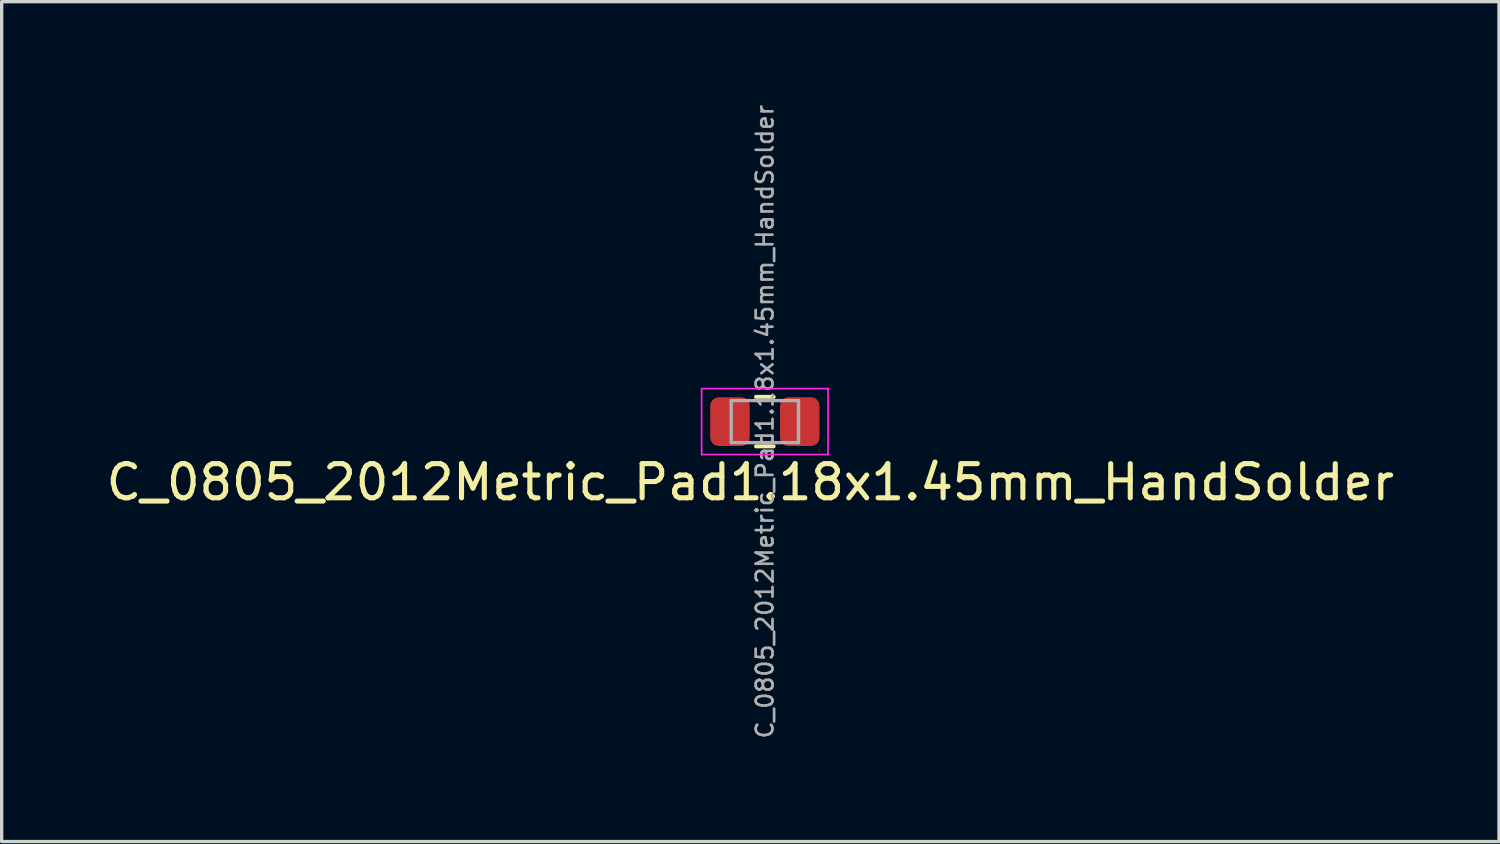
<source format=kicad_pcb>
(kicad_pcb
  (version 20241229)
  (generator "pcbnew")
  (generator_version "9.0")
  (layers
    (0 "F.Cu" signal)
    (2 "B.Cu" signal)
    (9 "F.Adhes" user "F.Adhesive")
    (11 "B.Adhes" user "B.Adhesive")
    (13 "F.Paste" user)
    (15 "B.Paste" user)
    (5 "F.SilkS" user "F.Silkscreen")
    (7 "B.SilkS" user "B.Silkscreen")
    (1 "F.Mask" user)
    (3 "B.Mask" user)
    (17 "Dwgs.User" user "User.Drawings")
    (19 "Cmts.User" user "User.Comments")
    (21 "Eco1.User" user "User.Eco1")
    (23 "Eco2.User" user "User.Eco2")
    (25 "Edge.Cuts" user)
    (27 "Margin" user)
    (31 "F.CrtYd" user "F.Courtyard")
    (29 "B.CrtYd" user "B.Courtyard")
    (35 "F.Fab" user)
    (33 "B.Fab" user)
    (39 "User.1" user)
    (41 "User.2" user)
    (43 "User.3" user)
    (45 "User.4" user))
  (footprint "C_0805_2012Metric_Pad1.18x1.45mm_HandSolder"
    (layer "F.Cu")
    (at 19.693 9.487)
    (property "Reference" "C_0805_2012Metric_Pad1.18x1.45mm_HandSolder" (at -0.432 1.803 0) (layer "F.SilkS") (effects (font (size 1.016 1.016) (thickness 0.152))))
    (attr smd)
    (fp_line (start -0.261 -0.735) (end 0.261 -0.735) (stroke (width 0.12) (type solid)) (layer "F.SilkS"))
    (fp_line (start -0.261 0.735) (end 0.261 0.735) (stroke (width 0.12) (type solid)) (layer "F.SilkS"))
    (fp_line (start -1.88 -0.98) (end 1.88 -0.98) (stroke (width 0.05) (type solid)) (layer "F.CrtYd"))
    (fp_line (start -1.88 0.98) (end -1.88 -0.98) (stroke (width 0.05) (type solid)) (layer "F.CrtYd"))
    (fp_line (start 1.88 -0.98) (end 1.88 0.98) (stroke (width 0.05) (type solid)) (layer "F.CrtYd"))
    (fp_line (start 1.88 0.98) (end -1.88 0.98) (stroke (width 0.05) (type solid)) (layer "F.CrtYd"))
    (fp_line (start -1 -0.625) (end 1 -0.625) (stroke (width 0.1) (type solid)) (layer "F.Fab"))
    (fp_line (start -1 0.625) (end -1 -0.625) (stroke (width 0.1) (type solid)) (layer "F.Fab"))
    (fp_line (start 1 -0.625) (end 1 0.625) (stroke (width 0.1) (type solid)) (layer "F.Fab"))
    (fp_line (start 1 0.625) (end -1 0.625) (stroke (width 0.1) (type solid)) (layer "F.Fab"))
    (fp_text user "${REFERENCE}" (at 0 0 270) (layer "F.Fab") (effects (font (size 0.5 0.5) (thickness 0.08))))
    (pad "1" smd roundrect (at -1.038 0) (size 1.175 1.45) (layers "F.Cu" "F.Mask" "F.Paste") (roundrect_rratio 0.213))
    (pad "2" smd roundrect (at 1.038 0) (size 1.175 1.45) (layers "F.Cu" "F.Mask" "F.Paste") (roundrect_rratio 0.213)))
  (gr_rect
    (start -3 -3)
    (end 41.523 21.973)
    (stroke (width 0.1) (type default))
    (fill no)
    (layer "Edge.Cuts")))
</source>
